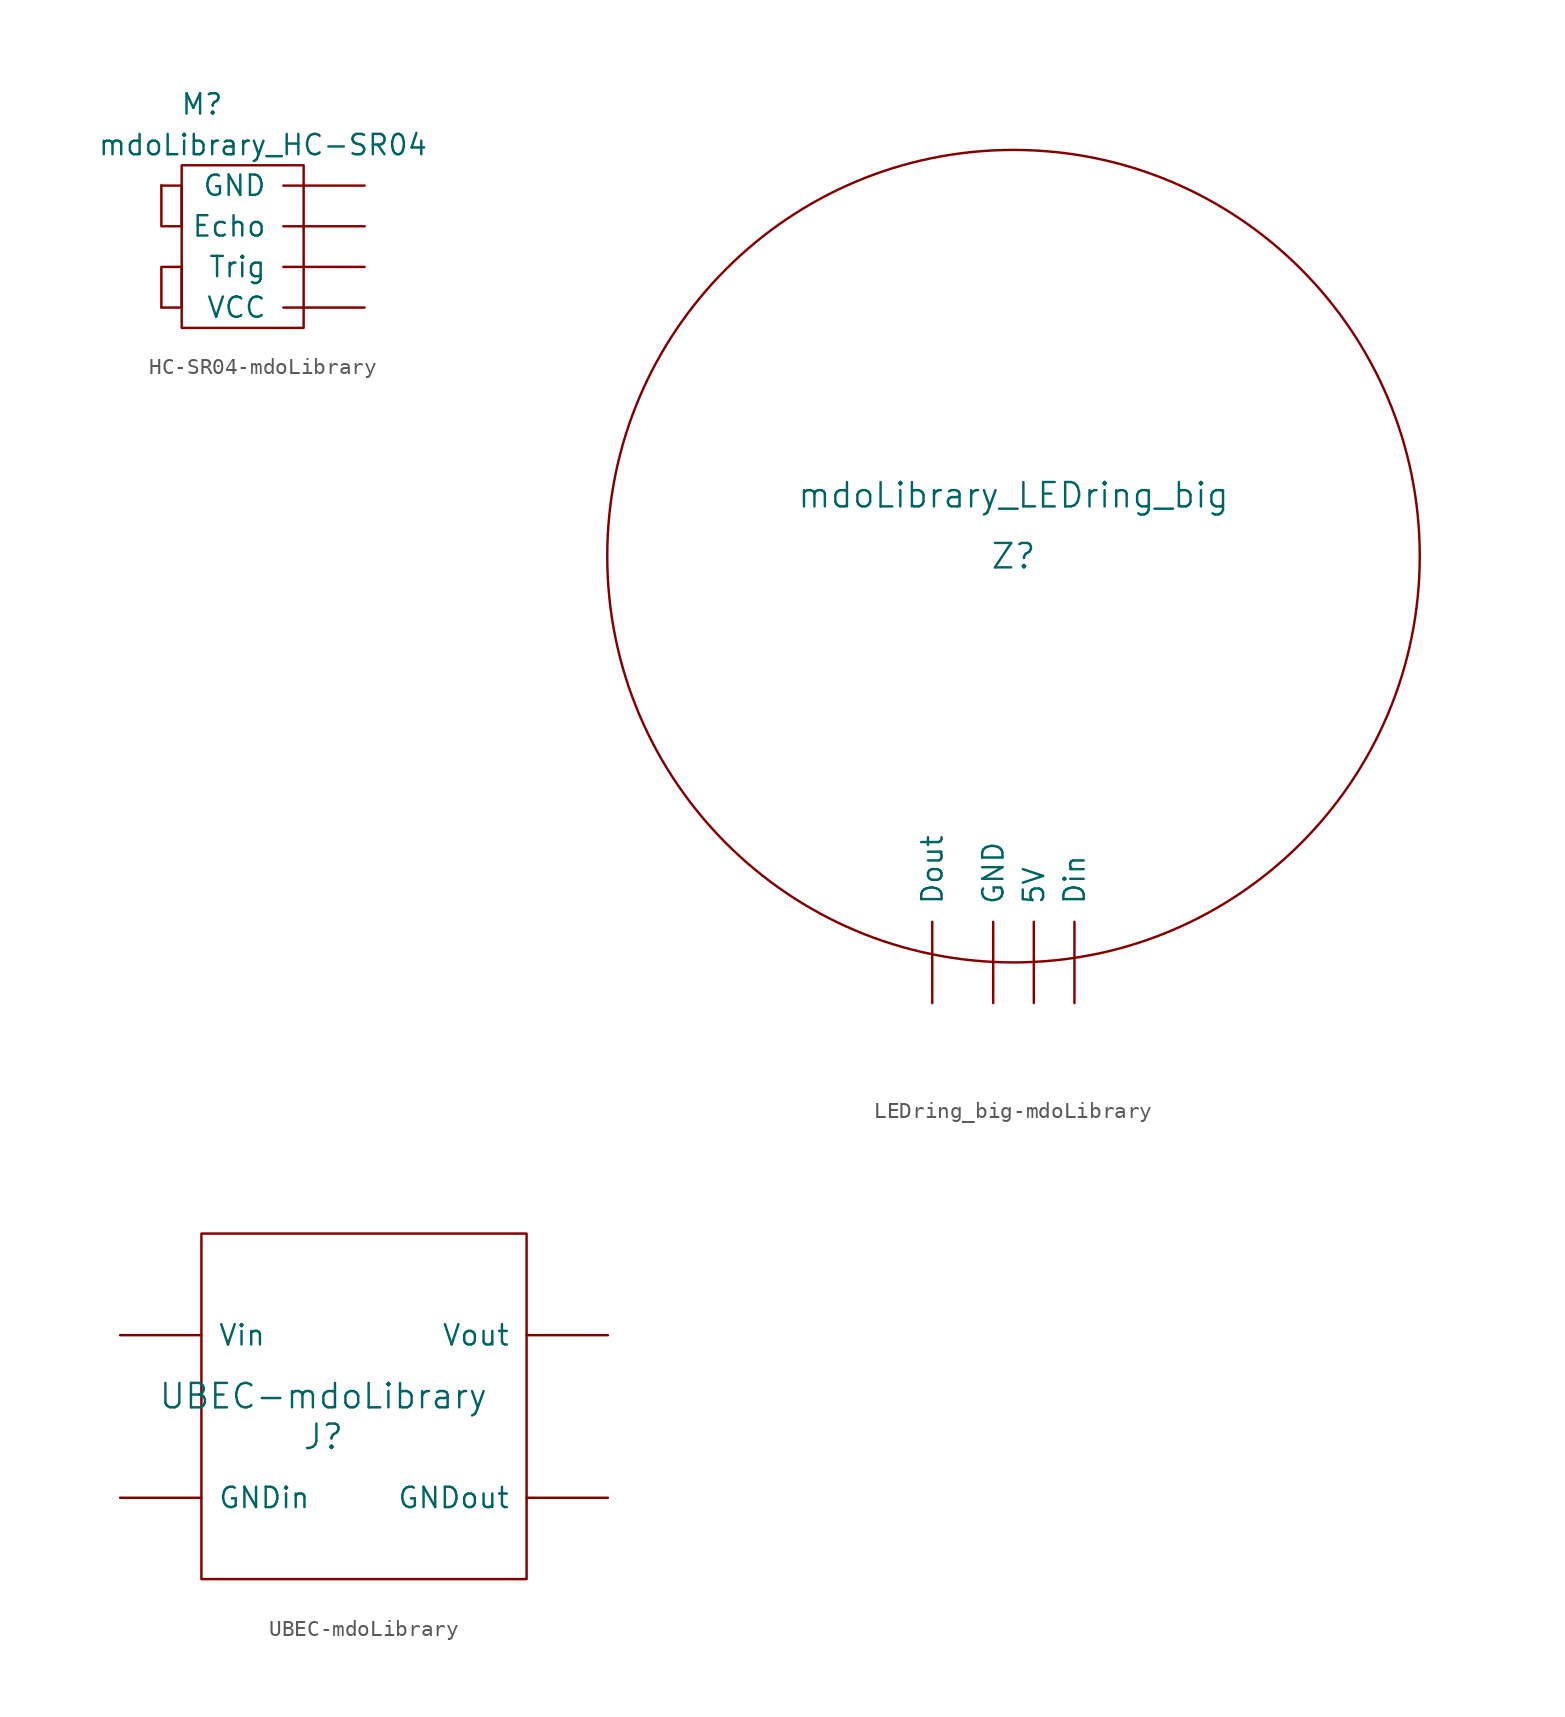
<source format=kicad_sym>
(kicad_symbol_lib
  (version 20220914)
  (generator kicad_symbol_editor)
  (symbol "HC-SR04-mdoLibrary"
    (pin_numbers hide)
    (pin_names
      (offset 1.016))
    (property "Reference" "M"
      (at 0 2.54 0)
      (effects (font (size 1.27 1.27))))
    (property "Value" "mdoLibrary_HC-SR04"
      (at 3.81 0 0)
      (effects (font (size 1.27 1.27))))
    (symbol "HC-SR04-mdoLibrary_0_1"
      (rectangle (start -2.54 -10.16) (end -2.54 -10.16) (stroke (width 0) (type solid)) (fill (type none)))
      (rectangle (start -2.54 -2.54) (end -2.54 -2.54) (stroke (width 0) (type solid)) (fill (type none)))
      (rectangle (start -2.54 -2.54) (end -2.54 -2.54) (stroke (width 0) (type solid)) (fill (type none)))
      (rectangle (start -2.54 -2.54) (end -1.27 -5.08) (stroke (width 0) (type solid)) (fill (type none)))
      (rectangle (start -1.27 -11.43) (end 6.35 -1.27) (stroke (width 0) (type solid)) (fill (type none)))
      (rectangle (start -1.27 -10.16) (end -2.54 -7.62) (stroke (width 0) (type solid)) (fill (type none))))
    (symbol "HC-SR04-mdoLibrary_1_1"
      (pin output line (at 10.16 -5.08 180) (length 5.08) (name "Echo" (effects (font (size 1.27 1.27)))) (number "~" (effects (font (size 1.27 1.27)))))
      (pin input line (at 10.16 -2.54 180) (length 5.08) (name "GND" (effects (font (size 1.27 1.27)))) (number "~" (effects (font (size 1.27 1.27)))))
      (pin input line (at 10.16 -7.62 180) (length 5.08) (name "Trig" (effects (font (size 1.27 1.27)))) (number "~" (effects (font (size 1.27 1.27)))))
      (pin input line (at 10.16 -10.16 180) (length 5.08) (name "VCC" (effects (font (size 1.27 1.27)))) (number "~" (effects (font (size 1.27 1.27)))))))
  (symbol "LEDring_big-mdoLibrary"
    (pin_names
      (offset 1.016))
    (property "Reference" "Z"
      (at 0 0 0)
      (effects (font (size 1.524 1.524))))
    (property "Value" "mdoLibrary_LEDring_big"
      (at 0 3.81 0)
      (effects (font (size 1.524 1.524))))
    (symbol "LEDring_big-mdoLibrary_0_1"
      (circle (center 0 0) (radius 25.4) (stroke (width 0) (type solid)) (fill (type none))))
    (symbol "LEDring_big-mdoLibrary_1_0"
      (pin input line (at 1.27 -27.94 90) (length 5.08) (name "5V" (effects (font (size 1.27 1.27)))) (number "~" (effects (font (size 1.27 1.27)))))
      (pin input line (at 3.81 -27.94 90) (length 5.08) (name "Din" (effects (font (size 1.27 1.27)))) (number "~" (effects (font (size 1.27 1.27)))))
      (pin input line (at -5.08 -27.94 90) (length 5.08) (name "Dout" (effects (font (size 1.27 1.27)))) (number "~" (effects (font (size 1.27 1.27)))))
      (pin input line (at -1.27 -27.94 90) (length 5.08) (name "GND" (effects (font (size 1.27 1.27)))) (number "~" (effects (font (size 1.27 1.27)))))))
  (symbol "UBEC-mdoLibrary"
    (power)
    (pin_names
      (offset 1.016))
    (property "Reference" "J"
      (at 0 0 0)
      (effects (font (size 1.524 1.524))))
    (property "Value" "UBEC-mdoLibrary"
      (at 0 2.54 0)
      (effects (font (size 1.524 1.524))))
    (symbol "UBEC-mdoLibrary_0_1"
      (rectangle (start -7.62 12.7) (end 12.7 -8.89) (stroke (width 0) (type solid)) (fill (type none))))
    (symbol "UBEC-mdoLibrary_1_0"
      (pin input line (at -12.7 -3.81 0) (length 5.08) (name "GNDin" (effects (font (size 1.27 1.27)))) (number "~" (effects (font (size 1.27 1.27)))))
      (pin input line (at 17.78 -3.81 180) (length 5.08) (name "GNDout" (effects (font (size 1.27 1.27)))) (number "~" (effects (font (size 1.27 1.27)))))
      (pin input line (at -12.7 6.35 0) (length 5.08) (name "Vin" (effects (font (size 1.27 1.27)))) (number "~" (effects (font (size 1.27 1.27)))))
      (pin input line (at 17.78 6.35 180) (length 5.08) (name "Vout" (effects (font (size 1.27 1.27)))) (number "~" (effects (font (size 1.27 1.27))))))))
</source>
